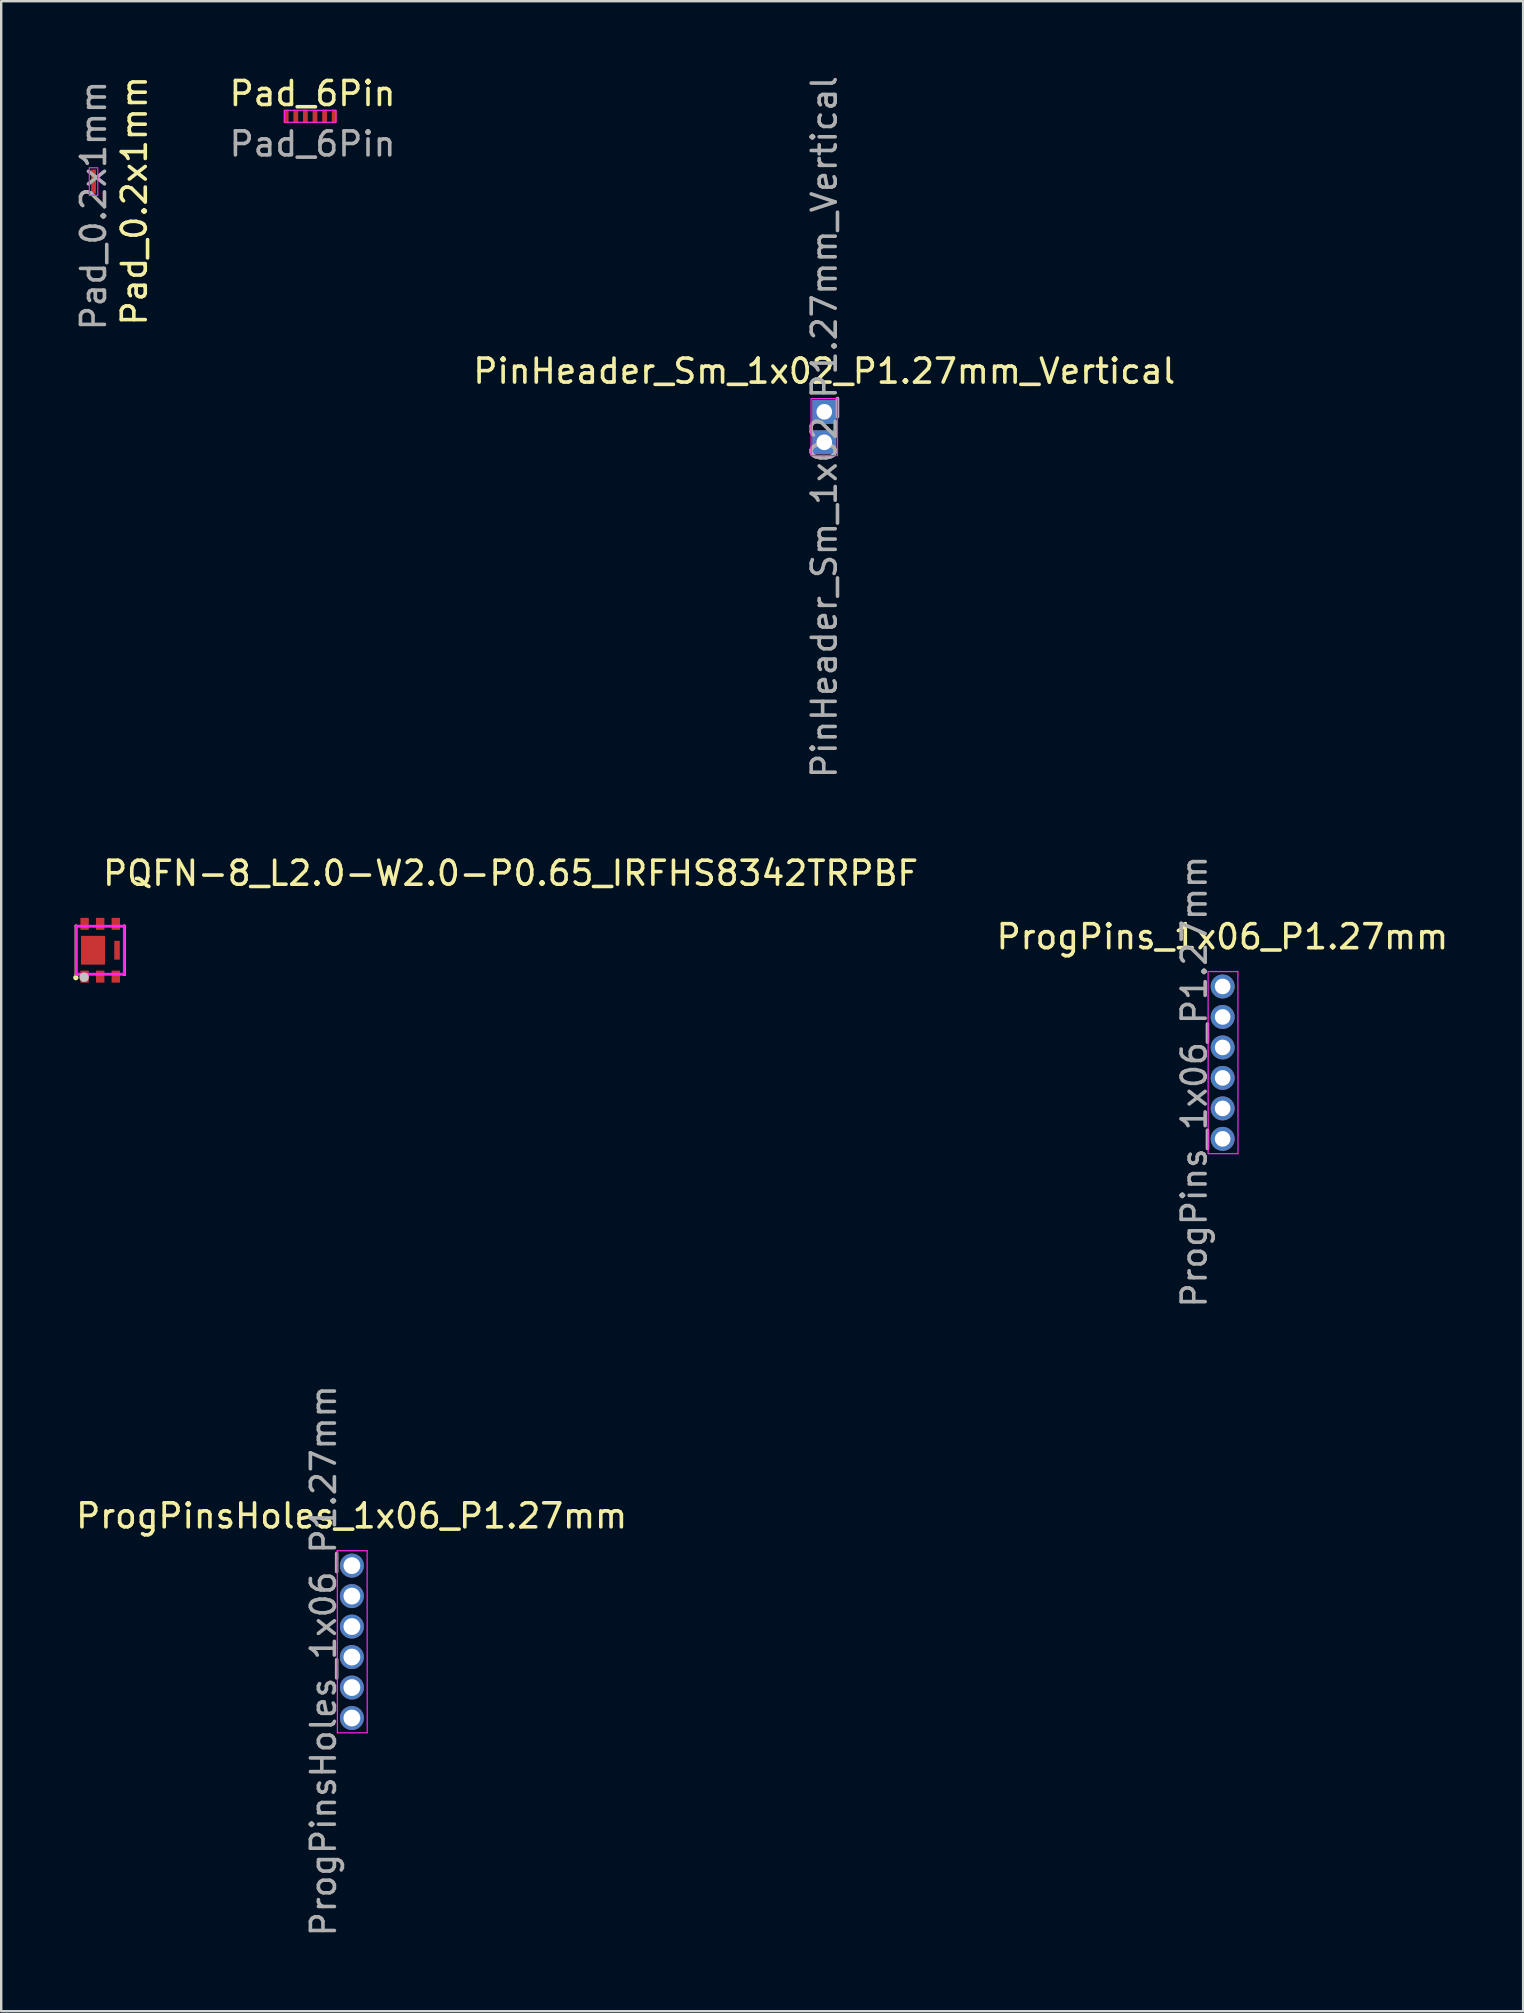
<source format=kicad_pcb>
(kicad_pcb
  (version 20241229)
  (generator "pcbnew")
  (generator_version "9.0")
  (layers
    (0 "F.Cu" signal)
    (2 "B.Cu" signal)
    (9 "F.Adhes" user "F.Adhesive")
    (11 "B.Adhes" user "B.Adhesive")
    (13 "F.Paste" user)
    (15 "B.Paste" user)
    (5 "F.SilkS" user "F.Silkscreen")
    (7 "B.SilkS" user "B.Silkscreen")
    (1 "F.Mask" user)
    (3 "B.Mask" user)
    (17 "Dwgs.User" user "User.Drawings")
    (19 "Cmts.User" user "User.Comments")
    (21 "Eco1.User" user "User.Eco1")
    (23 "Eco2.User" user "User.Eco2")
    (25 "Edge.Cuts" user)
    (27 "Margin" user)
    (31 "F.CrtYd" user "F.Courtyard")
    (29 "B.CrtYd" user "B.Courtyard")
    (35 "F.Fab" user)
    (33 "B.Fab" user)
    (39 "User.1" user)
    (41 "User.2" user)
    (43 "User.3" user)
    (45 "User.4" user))
  (footprint "PQFN-8_L2.0-W2.0-P0.65_IRFHS8342TRPBF"
    (layer "F.Cu")
    (at 1.151 36.543)
    (property "Reference" "PQFN-8_L2.0-W2.0-P0.65_IRFHS8342TRPBF" (at 0 -3.207 0) (layer "F.SilkS") (effects (font (size 1 1) (thickness 0.15)) (justify left)))
    (attr through_hole)
    (fp_line (start -1.041 -1.016) (end -1.041 1.016) (stroke (width 0.1) (type solid)) (layer "F.SilkS"))
    (fp_line (start -1.041 1.016) (end -1.004 1.016) (stroke (width 0.1) (type solid)) (layer "F.SilkS"))
    (fp_line (start -1.004 -1.016) (end -1.041 -1.016) (stroke (width 0.1) (type solid)) (layer "F.SilkS"))
    (fp_line (start 0.954 1.016) (end 0.991 1.016) (stroke (width 0.1) (type solid)) (layer "F.SilkS"))
    (fp_line (start 0.991 -1.016) (end 0.954 -1.016) (stroke (width 0.1) (type solid)) (layer "F.SilkS"))
    (fp_line (start 0.991 1.016) (end 0.991 -1.016) (stroke (width 0.1) (type solid)) (layer "F.SilkS"))
    (fp_circle (center -1.041 1.143) (end -0.981 1.143) (stroke (width 0.1) (type solid)) (fill no) (layer "F.SilkS"))
    (fp_circle (center -0.696 1.125) (end -0.596 1.125) (stroke (width 0.2) (type solid)) (fill no) (layer "Dwgs.User"))
    (fp_circle (center -1.02 1) (end -0.99 1) (stroke (width 0.06) (type solid)) (fill no) (layer "Eco2.User"))
    (fp_poly (pts (xy -0.825 -1) (xy -0.525 -1) (xy -0.525 -0.75) (xy -0.825 -0.75)) (stroke (width 0.12) (type solid)) (fill no) (layer "Eco2.User"))
    (fp_poly (pts (xy -0.825 0.75) (xy -0.525 0.75) (xy -0.525 1) (xy -0.825 1)) (stroke (width 0.12) (type solid)) (fill no) (layer "Eco2.User"))
    (fp_poly (pts (xy -0.175 -1) (xy 0.125 -1) (xy 0.125 -0.75) (xy -0.175 -0.75)) (stroke (width 0.12) (type solid)) (fill no) (layer "Eco2.User"))
    (fp_poly (pts (xy -0.175 0.75) (xy 0.125 0.75) (xy 0.125 1) (xy -0.175 1)) (stroke (width 0.12) (type solid)) (fill no) (layer "Eco2.User"))
    (fp_poly (pts (xy 0.175 -0.6) (xy 0.175 0.6) (xy -0.825 0.6) (xy -0.825 -0.6)) (stroke (width 0.12) (type solid)) (fill no) (layer "Eco2.User"))
    (fp_poly (pts (xy 0.475 -1) (xy 0.775 -1) (xy 0.775 -0.75) (xy 0.475 -0.75)) (stroke (width 0.12) (type solid)) (fill no) (layer "Eco2.User"))
    (fp_poly (pts (xy 0.475 0.75) (xy 0.775 0.75) (xy 0.775 1) (xy 0.475 1)) (stroke (width 0.12) (type solid)) (fill no) (layer "Eco2.User"))
    (fp_poly (pts (xy 0.79 -0.393) (xy 0.79 0.393) (xy 0.56 0.393) (xy 0.56 -0.393)) (stroke (width 0.12) (type solid)) (fill no) (layer "Eco2.User"))
    (fp_line (start -1.02 -1) (end 0.98 -1) (stroke (width 0.12) (type solid)) (layer "F.CrtYd"))
    (fp_line (start -1.02 1) (end -1.02 -1) (stroke (width 0.12) (type solid)) (layer "F.CrtYd"))
    (fp_line (start 0.98 -1) (end 0.98 1) (stroke (width 0.12) (type solid)) (layer "F.CrtYd"))
    (fp_line (start 0.98 1) (end -1.02 1) (stroke (width 0.12) (type solid)) (layer "F.CrtYd"))
    (pad "1" smd rect (at -0.675 1.1 90) (size 0.5 0.35) (layers "F.Cu" "F.Mask" "F.Paste"))
    (pad "2" smd rect (at -0.025 1.1 90) (size 0.5 0.35) (layers "F.Cu" "F.Mask" "F.Paste"))
    (pad "3" smd rect (at 0.625 1.1 90) (size 0.5 0.35) (layers "F.Cu" "F.Mask" "F.Paste"))
    (pad "4" smd rect (at 0.625 -1.1 90) (size 0.5 0.35) (layers "F.Cu" "F.Mask" "F.Paste"))
    (pad "5" smd rect (at -0.025 -1.1 90) (size 0.5 0.35) (layers "F.Cu" "F.Mask" "F.Paste"))
    (pad "6" smd rect (at -0.675 -1.1 90) (size 0.5 0.35) (layers "F.Cu" "F.Mask" "F.Paste"))
    (pad "7" smd rect (at 0.675 0 90) (size 0.785 0.23) (layers "F.Cu" "F.Mask" "F.Paste"))
    (pad "8" smd rect (at -0.325 0 90) (size 1.2 1) (layers "F.Cu" "F.Mask" "F.Paste")))
  (footprint "PinHeader_Sm_1x02_P1.27mm_Vertical"
    (layer "F.Cu")
    (at 31.295 14.109)
    (property "Reference" "PinHeader_Sm_1x02_P1.27mm_Vertical" (at 0 -1.695 0) (layer "F.SilkS") (effects (font (size 1 1) (thickness 0.15))))
    (attr through_hole exclude_from_bom)
    (fp_rect (start -0.55 -0.55) (end 0.55 1.825) (stroke (width 0.05) (type default)) (fill no) (layer "F.CrtYd"))
    (fp_text user "${REFERENCE}" (at 0 0.635 90) (layer "F.Fab") (effects (font (size 1 1) (thickness 0.15))))
    (pad "1" thru_hole rect (at 0 0) (size 1 1) (drill 0.65) (layers "*.Cu" "*.Mask"))
    (pad "2" thru_hole rect (at 0 1.27) (size 1 1) (drill 0.65) (layers "*.Cu" "*.Mask")))
  (footprint "ProgPins_1x06_P1.27mm"
    (layer "F.Cu")
    (at 47.894 38.053)
    (property "Reference" "ProgPins_1x06_P1.27mm" (at -0.01 -2.071 0) (layer "F.SilkS") (effects (font (size 1 1) (thickness 0.15))))
    (attr through_hole)
    (fp_line (start -0.607 -0.621) (end -0.604 6.965) (stroke (width 0.05) (type solid)) (layer "F.CrtYd"))
    (fp_line (start -0.604 6.965) (end 0.639 6.965) (stroke (width 0.05) (type solid)) (layer "F.CrtYd"))
    (fp_line (start 0.635 -0.621) (end -0.607 -0.621) (stroke (width 0.05) (type solid)) (layer "F.CrtYd"))
    (fp_line (start 0.639 6.965) (end 0.635 -0.621) (stroke (width 0.05) (type solid)) (layer "F.CrtYd"))
    (fp_text user "${REFERENCE}" (at -1.184 3.965 90) (layer "F.Fab") (effects (font (size 1 1) (thickness 0.15))))
    (pad "1" thru_hole oval (at 0 0) (size 1 1) (drill 0.65) (layers "*.Cu" "*.Mask"))
    (pad "2" thru_hole oval (at 0 1.27) (size 1 1) (drill 0.65) (layers "*.Cu" "*.Mask"))
    (pad "3" thru_hole oval (at 0 2.54) (size 1 1) (drill 0.65) (layers "*.Cu" "*.Mask"))
    (pad "4" thru_hole oval (at 0 3.81) (size 1 1) (drill 0.65) (layers "*.Cu" "*.Mask"))
    (pad "5" thru_hole oval (at 0 5.08) (size 1 1) (drill 0.65) (layers "*.Cu" "*.Mask"))
    (pad "6" thru_hole oval (at 0 6.35) (size 1 1) (drill 0.65) (layers "*.Cu" "*.Mask")))
  (footprint "Pad_0.2x1mm"
    (layer "F.Cu")
    (at 0.848 4.515)
    (property "Reference" "Pad_0.2x1mm" (at 1.7 0.8 90) (layer "F.SilkS") (effects (font (size 1 1) (thickness 0.15))))
    (attr smd exclude_from_pos_files exclude_from_bom)
    (fp_rect (start -0.175 -0.575) (end 0.175 0.575) (stroke (width 0.05) (type default)) (fill no) (layer "F.CrtYd"))
    (fp_text user "${REFERENCE}" (at 0 1 90) (layer "F.Fab") (effects (font (size 1 1) (thickness 0.15))))
    (pad "1" smd rect (at 0 0) (size 0.2 1) (property pad_prop_testpoint) (layers "F.Cu" "F.Mask")))
  (footprint "ProgPinsHoles_1x06_P1.27mm"
    (layer "F.Cu")
    (at 11.612 62.184)
    (property "Reference" "ProgPinsHoles_1x06_P1.27mm" (at -0.01 -2.071 0) (layer "F.SilkS") (effects (font (size 1 1) (thickness 0.15))))
    (attr through_hole)
    (fp_line (start -0.607 -0.621) (end -0.604 6.965) (stroke (width 0.05) (type solid)) (layer "F.CrtYd"))
    (fp_line (start -0.604 6.965) (end 0.639 6.965) (stroke (width 0.05) (type solid)) (layer "F.CrtYd"))
    (fp_line (start 0.635 -0.621) (end -0.607 -0.621) (stroke (width 0.05) (type solid)) (layer "F.CrtYd"))
    (fp_line (start 0.639 6.965) (end 0.635 -0.621) (stroke (width 0.05) (type solid)) (layer "F.CrtYd"))
    (fp_text user "${REFERENCE}" (at -1.184 3.965 90) (layer "F.Fab") (effects (font (size 1 1) (thickness 0.15))))
    (pad "1" thru_hole oval (at 0 0) (size 1 1) (drill 0.7) (layers "*.Cu" "*.Mask"))
    (pad "2" thru_hole oval (at 0 1.27) (size 1 1) (drill 0.7) (layers "*.Cu" "*.Mask"))
    (pad "3" thru_hole oval (at 0 2.54) (size 1 1) (drill 0.7) (layers "*.Cu" "*.Mask"))
    (pad "4" thru_hole oval (at 0 3.81) (size 1 1) (drill 0.7) (layers "*.Cu" "*.Mask"))
    (pad "5" thru_hole oval (at 0 5.08) (size 1 1) (drill 0.7) (layers "*.Cu" "*.Mask"))
    (pad "6" thru_hole oval (at 0 6.35) (size 1 1) (drill 0.7) (layers "*.Cu" "*.Mask")))
  (footprint "Pad_6Pin"
    (layer "F.Cu")
    (at 9.874 3.648)
    (property "Reference" "Pad_6Pin" (at 0.1 -2.8 0) (layer "F.SilkS") (effects (font (size 1 1) (thickness 0.15))))
    (attr smd)
    (fp_rect (start -1.075 -2.1) (end 1.075 -1.6) (stroke (width 0.05) (type default)) (fill no) (layer "F.CrtYd"))
    (fp_text user "${REFERENCE}" (at 0.1 -0.7 0) (layer "F.Fab") (effects (font (size 1 1) (thickness 0.15))))
    (pad "1" smd rect (at -1 -1.85) (size 0.2 0.55) (layers "F.Cu" "F.Mask"))
    (pad "2" smd rect (at -0.6 -1.85) (size 0.2 0.55) (layers "F.Cu" "F.Mask"))
    (pad "3" smd rect (at -0.2 -1.85) (size 0.2 0.55) (layers "F.Cu" "F.Mask"))
    (pad "4" smd rect (at 0.2 -1.85) (size 0.2 0.55) (layers "F.Cu" "F.Mask"))
    (pad "5" smd rect (at 0.6 -1.85) (size 0.2 0.55) (layers "F.Cu" "F.Mask"))
    (pad "6" smd rect (at 1 -1.85) (size 0.2 0.55) (layers "F.Cu" "F.Mask")))
  (gr_rect
    (start -3 -3)
    (end 60.413 80.75)
    (stroke (width 0.1) (type default))
    (fill no)
    (layer "Edge.Cuts")))
</source>
